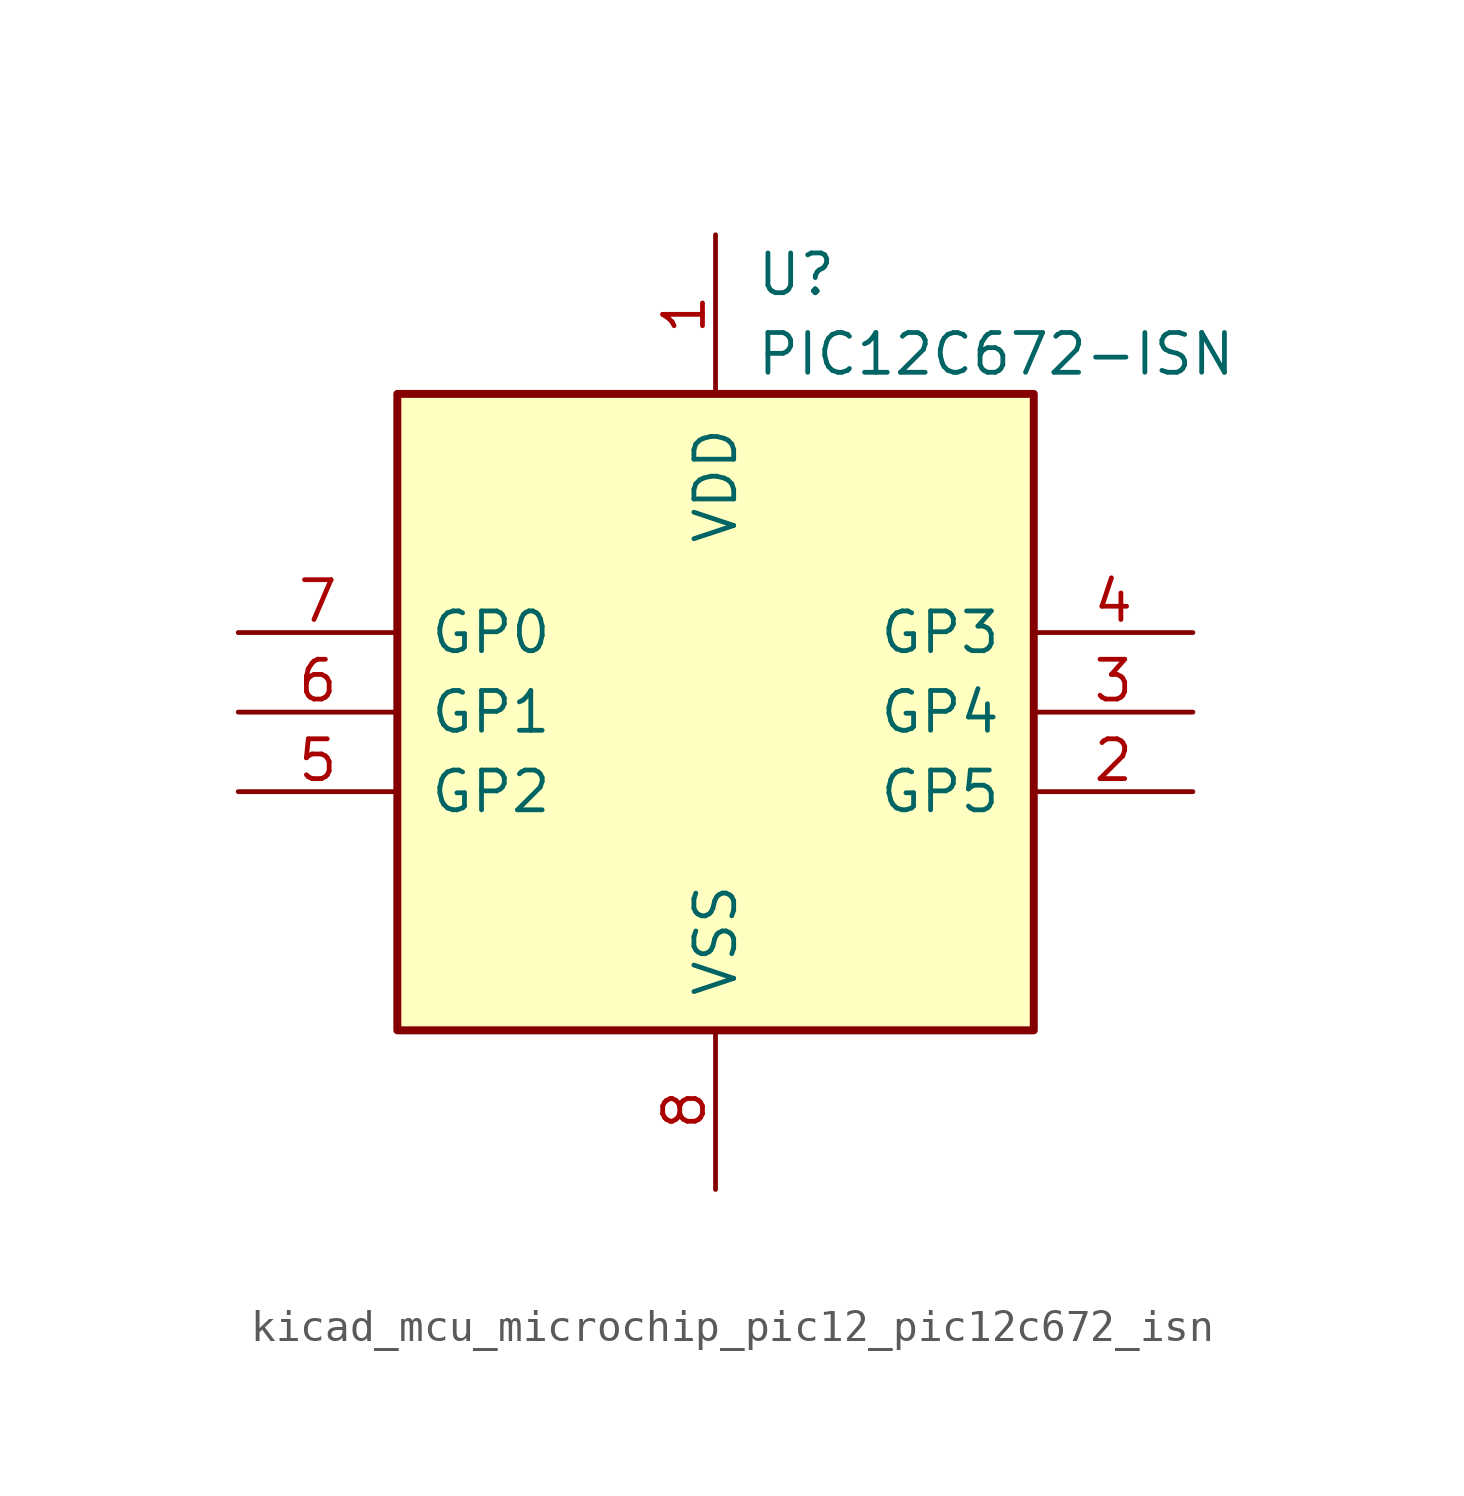
<source format=kicad_sym>
(kicad_symbol_lib
  (version 20220914)
  (generator kicad_symbol_editor)
  (symbol "kicad_mcu_microchip_pic12_pic12c672_isn"
    (pin_names
      (offset 1.016))
    (property "Reference" "U"
      (at 1.27 13.97 0)
      (effects (font (size 1.27 1.27)) (justify left)))
    (property "Value" "PIC12C672-ISN"
      (at 1.27 11.43 0)
      (effects (font (size 1.27 1.27)) (justify left)))
    (symbol "kicad_mcu_microchip_pic12_pic12c672_isn_0_1"
      (rectangle (start 10.16 -10.16) (end -10.16 10.16) (stroke (width 0.254) (type default)) (fill (type background))))
    (symbol "kicad_mcu_microchip_pic12_pic12c672_isn_1_1"
      (pin power_in line (at 0 15.24 270) (length 5.08) (name "VDD" (effects (font (size 1.27 1.27)))) (number "1" (effects (font (size 1.27 1.27)))))
      (pin bidirectional line (at 15.24 -2.54 180) (length 5.08) (name "GP5" (effects (font (size 1.27 1.27)))) (number "2" (effects (font (size 1.27 1.27)))))
      (pin bidirectional line (at 15.24 0 180) (length 5.08) (name "GP4" (effects (font (size 1.27 1.27)))) (number "3" (effects (font (size 1.27 1.27)))))
      (pin input line (at 15.24 2.54 180) (length 5.08) (name "GP3" (effects (font (size 1.27 1.27)))) (number "4" (effects (font (size 1.27 1.27)))))
      (pin bidirectional line (at -15.24 -2.54 0) (length 5.08) (name "GP2" (effects (font (size 1.27 1.27)))) (number "5" (effects (font (size 1.27 1.27)))))
      (pin bidirectional line (at -15.24 0 0) (length 5.08) (name "GP1" (effects (font (size 1.27 1.27)))) (number "6" (effects (font (size 1.27 1.27)))))
      (pin bidirectional line (at -15.24 2.54 0) (length 5.08) (name "GP0" (effects (font (size 1.27 1.27)))) (number "7" (effects (font (size 1.27 1.27)))))
      (pin power_in line (at 0 -15.24 90) (length 5.08) (name "VSS" (effects (font (size 1.27 1.27)))) (number "8" (effects (font (size 1.27 1.27))))))))
</source>
